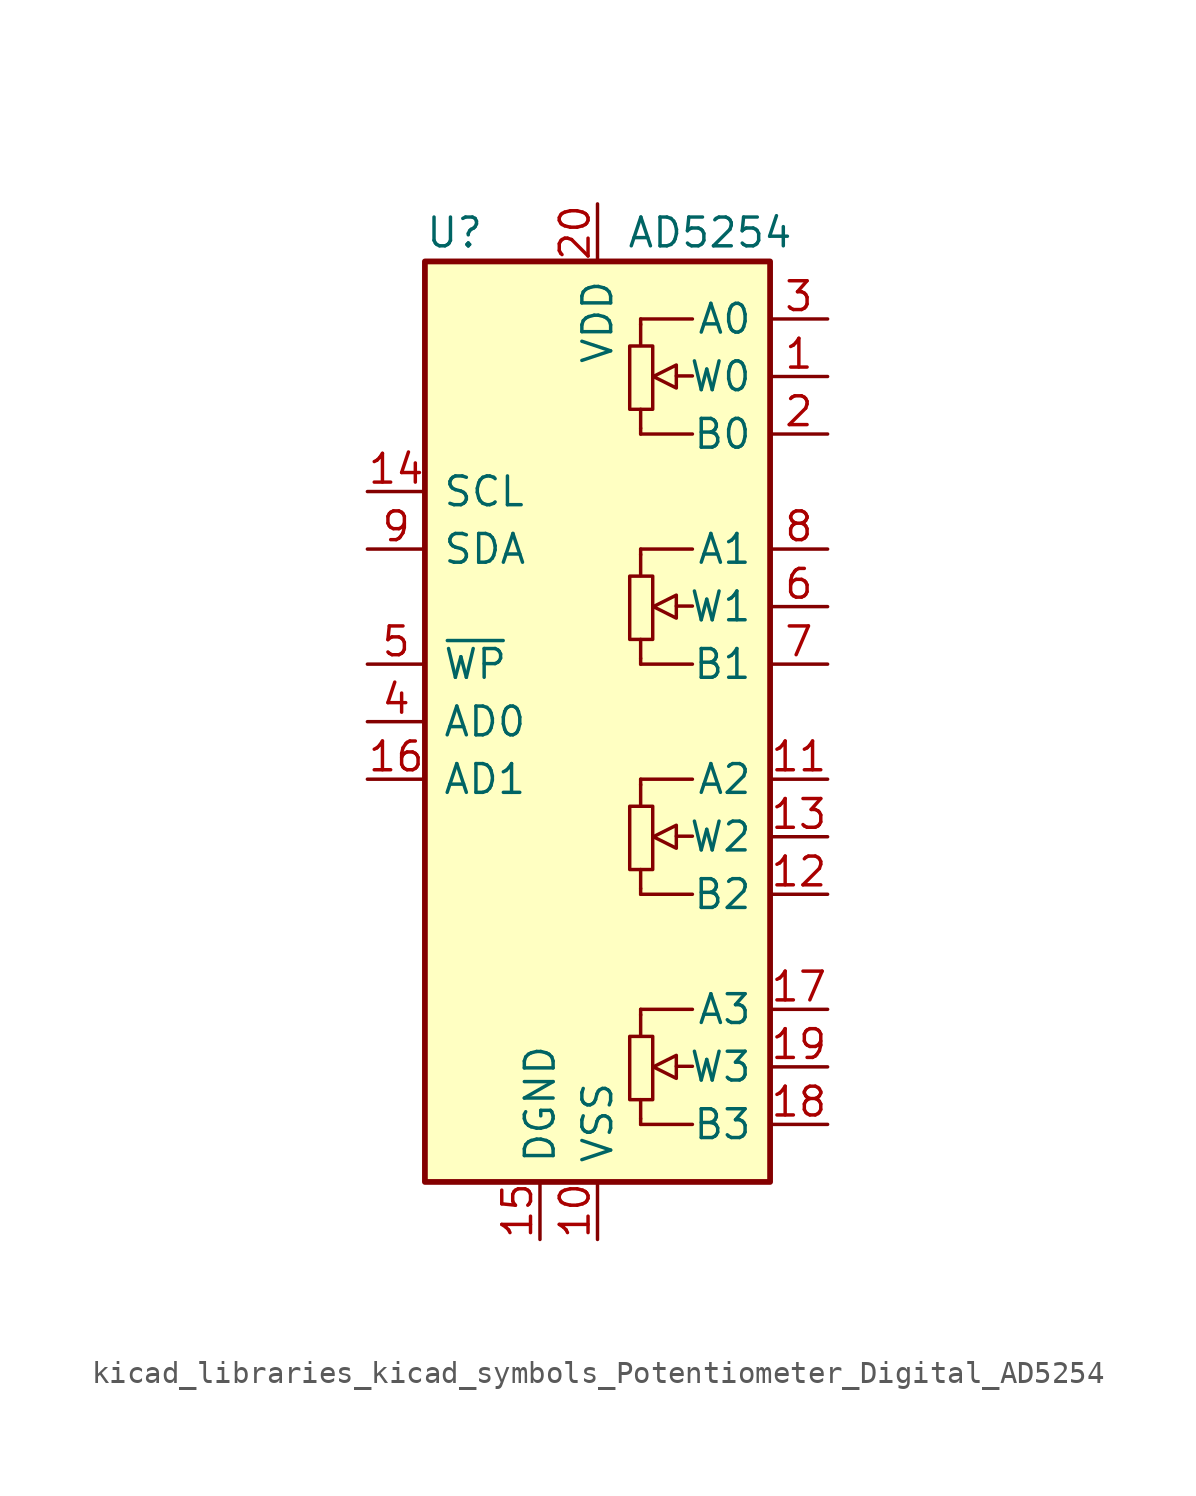
<source format=kicad_sym>
(kicad_symbol_lib
  (version 20220914)
  (generator kicad_symbol_editor)
  (symbol "kicad_libraries_kicad_symbols_Potentiometer_Digital_AD5254"
    (pin_names
      (offset 0.762))
    (property "Reference" "U"
      (at -7.62 21.59 0)
      (effects (font (size 1.27 1.27)) (justify left)))
    (property "Value" "AD5254"
      (at 1.27 21.59 0)
      (effects (font (size 1.27 1.27)) (justify left)))
    (symbol "kicad_libraries_kicad_symbols_Potentiometer_Digital_AD5254_0_1"
      (rectangle (start -7.62 20.32) (end 7.62 -20.32) (stroke (width 0.254) (type default)) (fill (type background))))
    (symbol "kicad_libraries_kicad_symbols_Potentiometer_Digital_AD5254_1_1"
      (polyline (pts (xy 1.905 -17.526) (xy 1.905 -16.688)) (stroke (width 0) (type default)) (fill (type none)))
      (polyline (pts (xy 1.905 -12.929) (xy 1.905 -13.868)) (stroke (width 0) (type default)) (fill (type none)))
      (polyline (pts (xy 1.905 -7.366) (xy 1.905 -6.528)) (stroke (width 0) (type default)) (fill (type none)))
      (polyline (pts (xy 1.905 -2.769) (xy 1.905 -3.708)) (stroke (width 0) (type default)) (fill (type none)))
      (polyline (pts (xy 1.905 2.794) (xy 1.905 3.632)) (stroke (width 0) (type default)) (fill (type none)))
      (polyline (pts (xy 1.905 7.391) (xy 1.905 6.452)) (stroke (width 0) (type default)) (fill (type none)))
      (polyline (pts (xy 1.905 12.954) (xy 1.905 13.792)) (stroke (width 0) (type default)) (fill (type none)))
      (polyline (pts (xy 1.905 17.551) (xy 1.905 16.612)) (stroke (width 0) (type default)) (fill (type none)))
      (polyline (pts (xy 3.48 -15.215) (xy 4.191 -15.215)) (stroke (width 0) (type default)) (fill (type none)))
      (polyline (pts (xy 3.48 -5.055) (xy 4.191 -5.055)) (stroke (width 0) (type default)) (fill (type none)))
      (polyline (pts (xy 3.48 5.105) (xy 4.191 5.105)) (stroke (width 0) (type default)) (fill (type none)))
      (polyline (pts (xy 3.48 15.265) (xy 4.191 15.265)) (stroke (width 0) (type default)) (fill (type none)))
      (polyline (pts (xy 1.905 -17.78) (xy 1.905 -17.526) (xy 1.905 -17.526)) (stroke (width 0) (type default)) (fill (type background)))
      (polyline (pts (xy 1.905 -17.78) (xy 4.191 -17.78) (xy 4.191 -17.78)) (stroke (width 0) (type default)) (fill (type background)))
      (polyline (pts (xy 1.905 -12.7) (xy 1.905 -12.954) (xy 1.905 -12.954)) (stroke (width 0) (type default)) (fill (type none)))
      (polyline (pts (xy 1.905 -12.7) (xy 4.191 -12.7) (xy 4.191 -12.7)) (stroke (width 0) (type default)) (fill (type background)))
      (polyline (pts (xy 1.905 -7.62) (xy 1.905 -7.366) (xy 1.905 -7.366)) (stroke (width 0) (type default)) (fill (type background)))
      (polyline (pts (xy 1.905 -7.62) (xy 4.191 -7.62) (xy 4.191 -7.62)) (stroke (width 0) (type default)) (fill (type background)))
      (polyline (pts (xy 1.905 -2.54) (xy 1.905 -2.794) (xy 1.905 -2.794)) (stroke (width 0) (type default)) (fill (type none)))
      (polyline (pts (xy 1.905 -2.54) (xy 4.191 -2.54) (xy 4.191 -2.54)) (stroke (width 0) (type default)) (fill (type background)))
      (polyline (pts (xy 1.905 2.54) (xy 1.905 2.794) (xy 1.905 2.794)) (stroke (width 0) (type default)) (fill (type background)))
      (polyline (pts (xy 1.905 2.54) (xy 4.191 2.54) (xy 4.191 2.54)) (stroke (width 0) (type default)) (fill (type background)))
      (polyline (pts (xy 1.905 7.62) (xy 1.905 7.366) (xy 1.905 7.366)) (stroke (width 0) (type default)) (fill (type none)))
      (polyline (pts (xy 1.905 7.62) (xy 4.191 7.62) (xy 4.191 7.62)) (stroke (width 0) (type default)) (fill (type background)))
      (polyline (pts (xy 1.905 12.7) (xy 1.905 12.954) (xy 1.905 12.954)) (stroke (width 0) (type default)) (fill (type background)))
      (polyline (pts (xy 1.905 12.7) (xy 4.191 12.7) (xy 4.191 12.7)) (stroke (width 0) (type default)) (fill (type background)))
      (polyline (pts (xy 1.905 17.78) (xy 1.905 17.526) (xy 1.905 17.526)) (stroke (width 0) (type default)) (fill (type none)))
      (polyline (pts (xy 1.905 17.78) (xy 4.191 17.78) (xy 4.191 17.78)) (stroke (width 0) (type default)) (fill (type background)))
      (polyline (pts (xy 3.48 -14.732) (xy 3.48 -15.748) (xy 2.464 -15.24) (xy 3.48 -14.732) (xy 3.48 -14.732)) (stroke (width 0) (type default)) (fill (type background)))
      (polyline (pts (xy 3.48 -4.572) (xy 3.48 -5.588) (xy 2.464 -5.08) (xy 3.48 -4.572) (xy 3.48 -4.572)) (stroke (width 0) (type default)) (fill (type background)))
      (polyline (pts (xy 3.48 5.588) (xy 3.48 4.572) (xy 2.464 5.08) (xy 3.48 5.588) (xy 3.48 5.588)) (stroke (width 0) (type default)) (fill (type background)))
      (polyline (pts (xy 3.48 15.748) (xy 3.48 14.732) (xy 2.464 15.24) (xy 3.48 15.748) (xy 3.48 15.748)) (stroke (width 0) (type default)) (fill (type background)))
      (rectangle (start 1.422 -13.894) (end 2.438 -16.688) (stroke (width 0) (type default)) (fill (type none)))
      (rectangle (start 1.422 -3.734) (end 2.438 -6.528) (stroke (width 0) (type default)) (fill (type none)))
      (rectangle (start 1.422 6.426) (end 2.438 3.632) (stroke (width 0) (type default)) (fill (type none)))
      (rectangle (start 1.422 16.586) (end 2.438 13.792) (stroke (width 0) (type default)) (fill (type none)))
      (pin passive line (at 10.16 15.24 180) (length 2.54) (name "W0" (effects (font (size 1.27 1.27)))) (number "1" (effects (font (size 1.27 1.27)))))
      (pin power_in line (at 0 -22.86 90) (length 2.54) (name "VSS" (effects (font (size 1.27 1.27)))) (number "10" (effects (font (size 1.27 1.27)))))
      (pin passive line (at 10.16 -2.54 180) (length 2.54) (name "A2" (effects (font (size 1.27 1.27)))) (number "11" (effects (font (size 1.27 1.27)))))
      (pin passive line (at 10.16 -7.62 180) (length 2.54) (name "B2" (effects (font (size 1.27 1.27)))) (number "12" (effects (font (size 1.27 1.27)))))
      (pin passive line (at 10.16 -5.08 180) (length 2.54) (name "W2" (effects (font (size 1.27 1.27)))) (number "13" (effects (font (size 1.27 1.27)))))
      (pin input line (at -10.16 10.16 0) (length 2.54) (name "SCL" (effects (font (size 1.27 1.27)))) (number "14" (effects (font (size 1.27 1.27)))))
      (pin power_in line (at -2.54 -22.86 90) (length 2.54) (name "DGND" (effects (font (size 1.27 1.27)))) (number "15" (effects (font (size 1.27 1.27)))))
      (pin input line (at -10.16 -2.54 0) (length 2.54) (name "AD1" (effects (font (size 1.27 1.27)))) (number "16" (effects (font (size 1.27 1.27)))))
      (pin passive line (at 10.16 -12.7 180) (length 2.54) (name "A3" (effects (font (size 1.27 1.27)))) (number "17" (effects (font (size 1.27 1.27)))))
      (pin passive line (at 10.16 -17.78 180) (length 2.54) (name "B3" (effects (font (size 1.27 1.27)))) (number "18" (effects (font (size 1.27 1.27)))))
      (pin passive line (at 10.16 -15.24 180) (length 2.54) (name "W3" (effects (font (size 1.27 1.27)))) (number "19" (effects (font (size 1.27 1.27)))))
      (pin passive line (at 10.16 12.7 180) (length 2.54) (name "B0" (effects (font (size 1.27 1.27)))) (number "2" (effects (font (size 1.27 1.27)))))
      (pin power_in line (at 0 22.86 270) (length 2.54) (name "VDD" (effects (font (size 1.27 1.27)))) (number "20" (effects (font (size 1.27 1.27)))))
      (pin passive line (at 10.16 17.78 180) (length 2.54) (name "A0" (effects (font (size 1.27 1.27)))) (number "3" (effects (font (size 1.27 1.27)))))
      (pin input line (at -10.16 0 0) (length 2.54) (name "AD0" (effects (font (size 1.27 1.27)))) (number "4" (effects (font (size 1.27 1.27)))))
      (pin input line (at -10.16 2.54 0) (length 2.54) (name "~{WP}" (effects (font (size 1.27 1.27)))) (number "5" (effects (font (size 1.27 1.27)))))
      (pin passive line (at 10.16 5.08 180) (length 2.54) (name "W1" (effects (font (size 1.27 1.27)))) (number "6" (effects (font (size 1.27 1.27)))))
      (pin passive line (at 10.16 2.54 180) (length 2.54) (name "B1" (effects (font (size 1.27 1.27)))) (number "7" (effects (font (size 1.27 1.27)))))
      (pin passive line (at 10.16 7.62 180) (length 2.54) (name "A1" (effects (font (size 1.27 1.27)))) (number "8" (effects (font (size 1.27 1.27)))))
      (pin bidirectional line (at -10.16 7.62 0) (length 2.54) (name "SDA" (effects (font (size 1.27 1.27)))) (number "9" (effects (font (size 1.27 1.27))))))))
</source>
